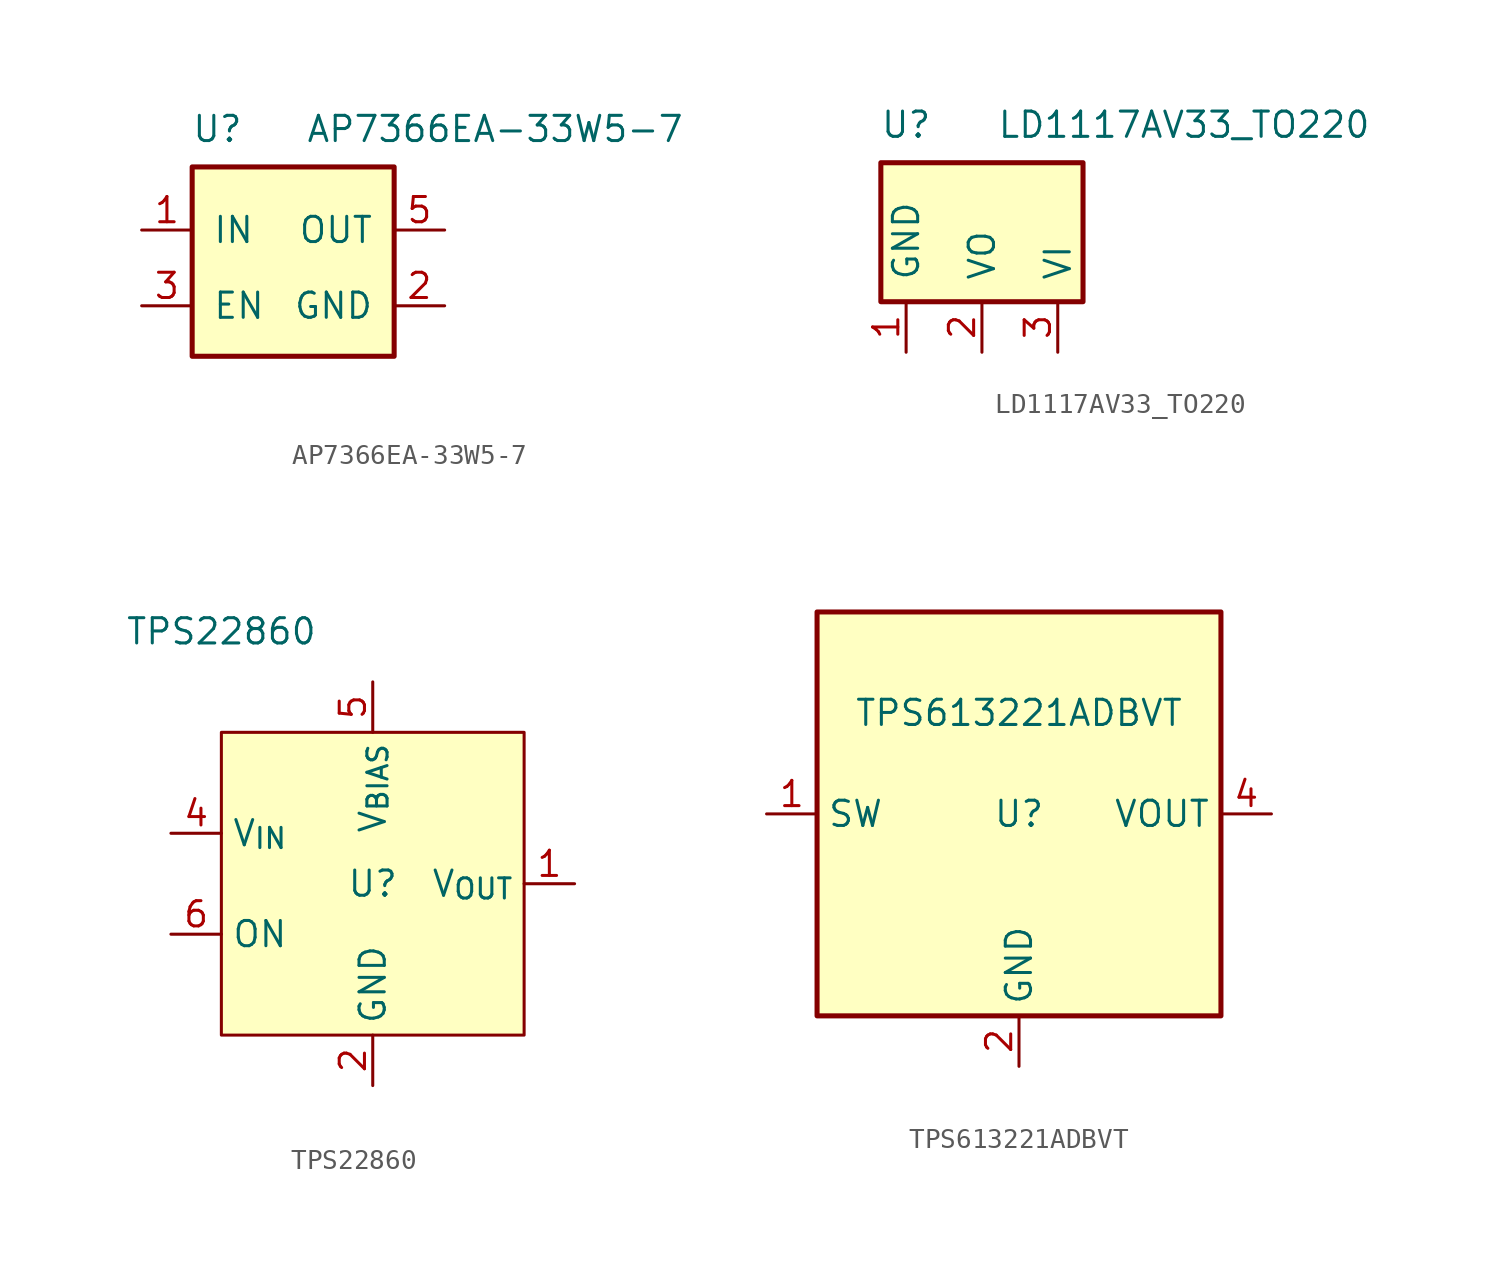
<source format=kicad_sym>
(kicad_symbol_lib
  (version 20231120)
  (generator "kicad_symbol_editor")
  (generator_version "8.0")
  (symbol "AP7366EA-33W5-7"
    (pin_names
      (offset 1.016))
    (property "Reference" "U"
      (at -3.81 3.81 0)
      (effects (font (size 1.27 1.27))))
    (property "Value" "AP7366EA-33W5-7"
      (at 10.16 3.81 0)
      (effects (font (size 1.27 1.27))))
    (symbol "AP7366EA-33W5-7_1_1"
      (rectangle (start -5.08 1.905) (end 5.08 -7.62) (stroke (width 0.254) (type default)) (fill (type background)))
      (pin power_in line (at -7.62 -1.27 0) (length 2.54) (name "IN" (effects (font (size 1.27 1.27)))) (number "1" (effects (font (size 1.27 1.27)))))
      (pin power_in line (at 7.62 -5.08 180) (length 2.54) (name "GND" (effects (font (size 1.27 1.27)))) (number "2" (effects (font (size 1.27 1.27)))))
      (pin input line (at -7.62 -5.08 0) (length 2.54) (name "EN" (effects (font (size 1.27 1.27)))) (number "3" (effects (font (size 1.27 1.27)))))
      (pin no_connect line (at 0 -10.16 90) (length 2.54) hide (name "" (effects (font (size 1.27 1.27)))) (number "4" (effects (font (size 1.27 1.27)))))
      (pin power_out line (at 7.62 -1.27 180) (length 2.54) (name "OUT" (effects (font (size 1.27 1.27)))) (number "5" (effects (font (size 1.27 1.27)))))))
  (symbol "LD1117AV33_TO220"
    (pin_names
      (offset 1.016))
    (property "Reference" "U"
      (at -3.81 3.81 0)
      (effects (font (size 1.27 1.27))))
    (property "Value" "LD1117AV33_TO220"
      (at 10.16 3.81 0)
      (effects (font (size 1.27 1.27))))
    (symbol "LD1117AV33_TO220_1_1"
      (rectangle (start -5.08 -5.08) (end 5.08 1.905) (stroke (width 0.254) (type default)) (fill (type background)))
      (pin power_in line (at -3.81 -7.62 90) (length 2.54) (name "GND" (effects (font (size 1.27 1.27)))) (number "1" (effects (font (size 1.27 1.27)))))
      (pin power_out line (at 0 -7.62 90) (length 2.54) (name "VO" (effects (font (size 1.27 1.27)))) (number "2" (effects (font (size 1.27 1.27)))))
      (pin power_in line (at 3.81 -7.62 90) (length 2.54) (name "VI" (effects (font (size 1.27 1.27)))) (number "3" (effects (font (size 1.27 1.27)))))))
  (symbol "TPS22860"
    (property "Reference" "U"
      (at 0 0 0)
      (effects (font (size 1.27 1.27))))
    (property "Value" "TPS22860"
      (at -7.62 12.7 0)
      (effects (font (size 1.27 1.27))))
    (symbol "TPS22860_1_1"
      (rectangle (start -7.62 7.62) (end 7.62 -7.62) (stroke (width 0) (type default)) (fill (type background)))
      (pin passive line (at 10.16 0 180) (length 2.54) (name "V_{OUT}" (effects (font (size 1.27 1.27)))) (number "1" (effects (font (size 1.27 1.27)))))
      (pin power_in line (at 0 -10.16 90) (length 2.54) (name "GND" (effects (font (size 1.27 1.27)))) (number "2" (effects (font (size 1.27 1.27)))))
      (pin no_connect line (at 10.16 -2.54 180) (length 2.54) hide (name "" (effects (font (size 1.27 1.27)))) (number "3" (effects (font (size 1.27 1.27)))))
      (pin passive line (at -10.16 2.54 0) (length 2.54) (name "V_{IN}" (effects (font (size 1.27 1.27)))) (number "4" (effects (font (size 1.27 1.27)))))
      (pin power_in line (at 0 10.16 270) (length 2.54) (name "V_{BIAS}" (effects (font (size 1.27 1.27)))) (number "5" (effects (font (size 1.27 1.27)))))
      (pin input line (at -10.16 -2.54 0) (length 2.54) (name "ON" (effects (font (size 1.27 1.27)))) (number "6" (effects (font (size 1.27 1.27)))))))
  (symbol "TPS613221ADBVT"
    (property "Reference" "U"
      (at 0 0 0)
      (effects (font (size 1.27 1.27))))
    (property "Value" "TPS613221ADBVT"
      (at 0 5.08 0)
      (effects (font (size 1.27 1.27))))
    (symbol "TPS613221ADBVT_0_1"
      (rectangle (start -10.16 10.16) (end 10.16 -10.16) (stroke (width 0.254) (type default)) (fill (type background))))
    (symbol "TPS613221ADBVT_1_1"
      (pin power_in line (at -12.7 0 0) (length 2.54) (name "SW" (effects (font (size 1.27 1.27)))) (number "1" (effects (font (size 1.27 1.27)))))
      (pin power_in line (at 0 -12.7 90) (length 2.54) (name "GND" (effects (font (size 1.27 1.27)))) (number "2" (effects (font (size 1.27 1.27)))))
      (pin no_connect line (at -12.7 -6.35 0) (length 2.54) hide (name "NC" (effects (font (size 1.27 1.27)))) (number "3" (effects (font (size 1.27 1.27)))))
      (pin power_out line (at 12.7 0 180) (length 2.54) (name "VOUT" (effects (font (size 1.27 1.27)))) (number "4" (effects (font (size 1.27 1.27)))))
      (pin no_connect line (at -12.7 -6.35 0) (length 2.54) hide (name "NC" (effects (font (size 1.27 1.27)))) (number "5" (effects (font (size 1.27 1.27))))))))
</source>
